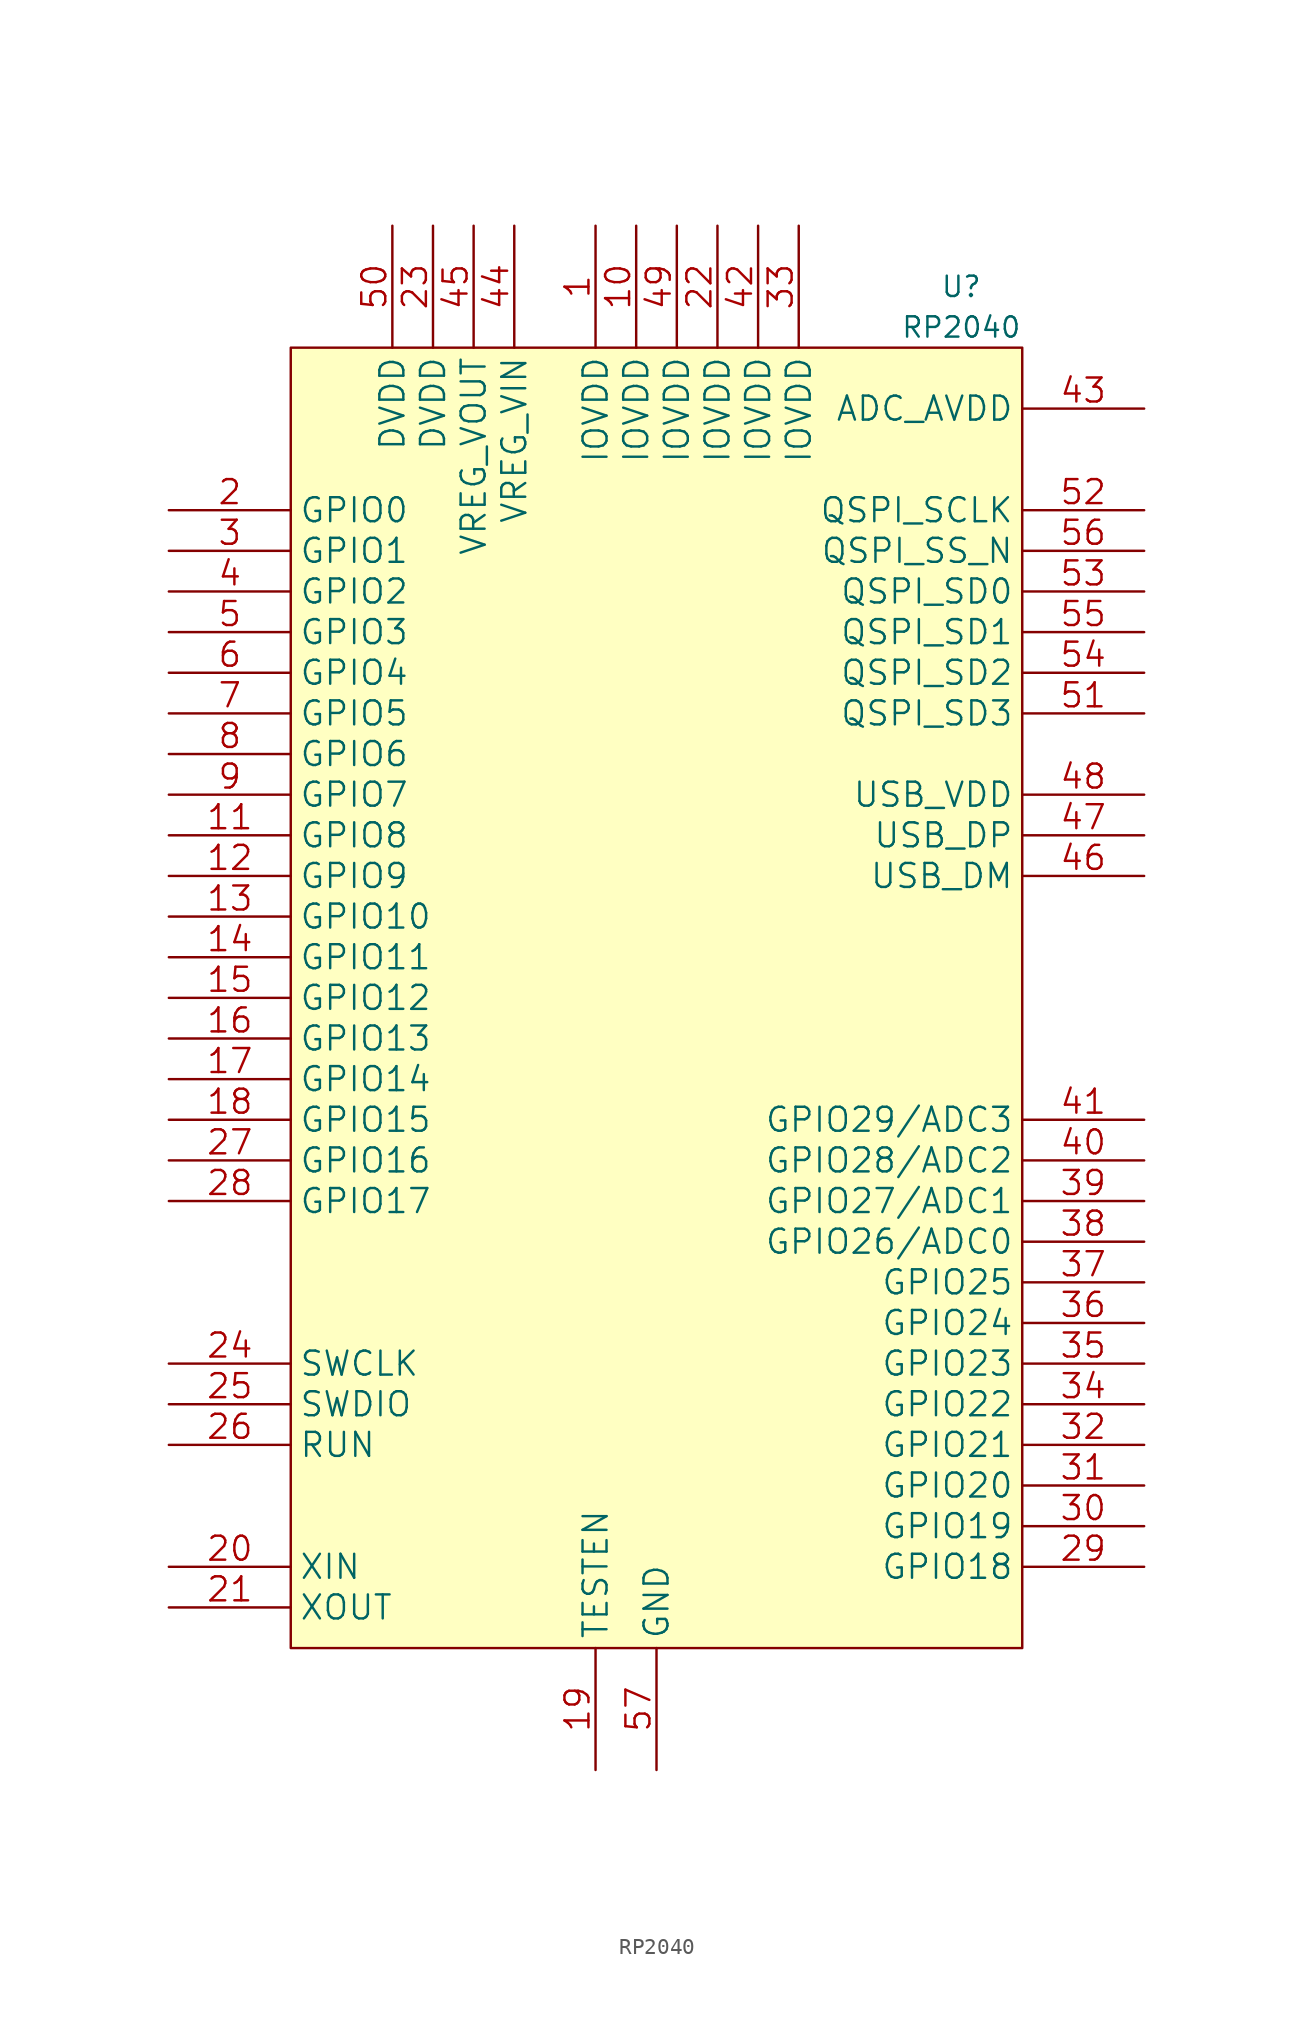
<source format=kicad_sym>
(kicad_symbol_lib
  (version 20211014)
  (generator kicad_symbol_editor)
  (symbol "RP2040"
    (property "Reference" "U"
      (at 19.05 2.54 0)
      (effects (font (size 1.27 1.27))))
    (property "Value" "RP2040"
      (at 19.05 0 0)
      (effects (font (size 1.27 1.27))))
    (symbol "RP2040_1_1"
      (rectangle (start -22.86 -1.27) (end 22.86 -82.55) (stroke (width 0) (type default) (color 0 0 0 0)) (fill (type background)))
      (pin power_in line (at -3.81 6.35 270) (length 7.62) (name "IOVDD" (effects (font (size 1.499 1.499)))) (number "1" (effects (font (size 1.499 1.499)))))
      (pin power_in line (at -1.27 6.35 270) (length 7.62) (name "IOVDD" (effects (font (size 1.499 1.499)))) (number "10" (effects (font (size 1.499 1.499)))))
      (pin bidirectional line (at -30.48 -31.75 0) (length 7.62) (name "GPIO8" (effects (font (size 1.499 1.499)))) (number "11" (effects (font (size 1.499 1.499)))))
      (pin bidirectional line (at -30.48 -34.29 0) (length 7.62) (name "GPIO9" (effects (font (size 1.499 1.499)))) (number "12" (effects (font (size 1.499 1.499)))))
      (pin bidirectional line (at -30.48 -36.83 0) (length 7.62) (name "GPIO10" (effects (font (size 1.499 1.499)))) (number "13" (effects (font (size 1.499 1.499)))))
      (pin bidirectional line (at -30.48 -39.37 0) (length 7.62) (name "GPIO11" (effects (font (size 1.499 1.499)))) (number "14" (effects (font (size 1.499 1.499)))))
      (pin bidirectional line (at -30.48 -41.91 0) (length 7.62) (name "GPIO12" (effects (font (size 1.499 1.499)))) (number "15" (effects (font (size 1.499 1.499)))))
      (pin bidirectional line (at -30.48 -44.45 0) (length 7.62) (name "GPIO13" (effects (font (size 1.499 1.499)))) (number "16" (effects (font (size 1.499 1.499)))))
      (pin bidirectional line (at -30.48 -46.99 0) (length 7.62) (name "GPIO14" (effects (font (size 1.499 1.499)))) (number "17" (effects (font (size 1.499 1.499)))))
      (pin bidirectional line (at -30.48 -49.53 0) (length 7.62) (name "GPIO15" (effects (font (size 1.499 1.499)))) (number "18" (effects (font (size 1.499 1.499)))))
      (pin unspecified line (at -3.81 -90.17 90) (length 7.62) (name "TESTEN" (effects (font (size 1.499 1.499)))) (number "19" (effects (font (size 1.499 1.499)))))
      (pin bidirectional line (at -30.48 -11.43 0) (length 7.62) (name "GPIO0" (effects (font (size 1.499 1.499)))) (number "2" (effects (font (size 1.499 1.499)))))
      (pin unspecified line (at -30.48 -77.47 0) (length 7.62) (name "XIN" (effects (font (size 1.499 1.499)))) (number "20" (effects (font (size 1.499 1.499)))))
      (pin output line (at -30.48 -80.01 0) (length 7.62) (name "XOUT" (effects (font (size 1.499 1.499)))) (number "21" (effects (font (size 1.499 1.499)))))
      (pin power_in line (at 3.81 6.35 270) (length 7.62) (name "IOVDD" (effects (font (size 1.499 1.499)))) (number "22" (effects (font (size 1.499 1.499)))))
      (pin power_in line (at -13.97 6.35 270) (length 7.62) (name "DVDD" (effects (font (size 1.499 1.499)))) (number "23" (effects (font (size 1.499 1.499)))))
      (pin unspecified line (at -30.48 -64.77 0) (length 7.62) (name "SWCLK" (effects (font (size 1.499 1.499)))) (number "24" (effects (font (size 1.499 1.499)))))
      (pin unspecified line (at -30.48 -67.31 0) (length 7.62) (name "SWDIO" (effects (font (size 1.499 1.499)))) (number "25" (effects (font (size 1.499 1.499)))))
      (pin unspecified line (at -30.48 -69.85 0) (length 7.62) (name "RUN" (effects (font (size 1.499 1.499)))) (number "26" (effects (font (size 1.499 1.499)))))
      (pin bidirectional line (at -30.48 -52.07 0) (length 7.62) (name "GPIO16" (effects (font (size 1.499 1.499)))) (number "27" (effects (font (size 1.499 1.499)))))
      (pin bidirectional line (at -30.48 -54.61 0) (length 7.62) (name "GPIO17" (effects (font (size 1.499 1.499)))) (number "28" (effects (font (size 1.499 1.499)))))
      (pin bidirectional line (at 30.48 -77.47 180) (length 7.62) (name "GPIO18" (effects (font (size 1.499 1.499)))) (number "29" (effects (font (size 1.499 1.499)))))
      (pin bidirectional line (at -30.48 -13.97 0) (length 7.62) (name "GPIO1" (effects (font (size 1.499 1.499)))) (number "3" (effects (font (size 1.499 1.499)))))
      (pin bidirectional line (at 30.48 -74.93 180) (length 7.62) (name "GPIO19" (effects (font (size 1.499 1.499)))) (number "30" (effects (font (size 1.499 1.499)))))
      (pin bidirectional line (at 30.48 -72.39 180) (length 7.62) (name "GPIO20" (effects (font (size 1.499 1.499)))) (number "31" (effects (font (size 1.499 1.499)))))
      (pin bidirectional line (at 30.48 -69.85 180) (length 7.62) (name "GPIO21" (effects (font (size 1.499 1.499)))) (number "32" (effects (font (size 1.499 1.499)))))
      (pin power_in line (at 8.89 6.35 270) (length 7.62) (name "IOVDD" (effects (font (size 1.499 1.499)))) (number "33" (effects (font (size 1.499 1.499)))))
      (pin bidirectional line (at 30.48 -67.31 180) (length 7.62) (name "GPIO22" (effects (font (size 1.499 1.499)))) (number "34" (effects (font (size 1.499 1.499)))))
      (pin bidirectional line (at 30.48 -64.77 180) (length 7.62) (name "GPIO23" (effects (font (size 1.499 1.499)))) (number "35" (effects (font (size 1.499 1.499)))))
      (pin bidirectional line (at 30.48 -62.23 180) (length 7.62) (name "GPIO24" (effects (font (size 1.499 1.499)))) (number "36" (effects (font (size 1.499 1.499)))))
      (pin bidirectional line (at 30.48 -59.69 180) (length 7.62) (name "GPIO25" (effects (font (size 1.499 1.499)))) (number "37" (effects (font (size 1.499 1.499)))))
      (pin bidirectional line (at 30.48 -57.15 180) (length 7.62) (name "GPIO26/ADC0" (effects (font (size 1.499 1.499)))) (number "38" (effects (font (size 1.499 1.499)))))
      (pin bidirectional line (at 30.48 -54.61 180) (length 7.62) (name "GPIO27/ADC1" (effects (font (size 1.499 1.499)))) (number "39" (effects (font (size 1.499 1.499)))))
      (pin bidirectional line (at -30.48 -16.51 0) (length 7.62) (name "GPIO2" (effects (font (size 1.499 1.499)))) (number "4" (effects (font (size 1.499 1.499)))))
      (pin bidirectional line (at 30.48 -52.07 180) (length 7.62) (name "GPIO28/ADC2" (effects (font (size 1.499 1.499)))) (number "40" (effects (font (size 1.499 1.499)))))
      (pin bidirectional line (at 30.48 -49.53 180) (length 7.62) (name "GPIO29/ADC3" (effects (font (size 1.499 1.499)))) (number "41" (effects (font (size 1.499 1.499)))))
      (pin power_in line (at 6.35 6.35 270) (length 7.62) (name "IOVDD" (effects (font (size 1.499 1.499)))) (number "42" (effects (font (size 1.499 1.499)))))
      (pin power_in line (at 30.48 -5.08 180) (length 7.62) (name "ADC_AVDD" (effects (font (size 1.499 1.499)))) (number "43" (effects (font (size 1.499 1.499)))))
      (pin unspecified line (at -8.89 6.35 270) (length 7.62) (name "VREG_VIN" (effects (font (size 1.499 1.499)))) (number "44" (effects (font (size 1.499 1.499)))))
      (pin output line (at -11.43 6.35 270) (length 7.62) (name "VREG_VOUT" (effects (font (size 1.499 1.499)))) (number "45" (effects (font (size 1.499 1.499)))))
      (pin unspecified line (at 30.48 -34.29 180) (length 7.62) (name "USB_DM" (effects (font (size 1.499 1.499)))) (number "46" (effects (font (size 1.499 1.499)))))
      (pin unspecified line (at 30.48 -31.75 180) (length 7.62) (name "USB_DP" (effects (font (size 1.499 1.499)))) (number "47" (effects (font (size 1.499 1.499)))))
      (pin power_in line (at 30.48 -29.21 180) (length 7.62) (name "USB_VDD" (effects (font (size 1.499 1.499)))) (number "48" (effects (font (size 1.499 1.499)))))
      (pin power_in line (at 1.27 6.35 270) (length 7.62) (name "IOVDD" (effects (font (size 1.499 1.499)))) (number "49" (effects (font (size 1.499 1.499)))))
      (pin bidirectional line (at -30.48 -19.05 0) (length 7.62) (name "GPIO3" (effects (font (size 1.499 1.499)))) (number "5" (effects (font (size 1.499 1.499)))))
      (pin power_in line (at -16.51 6.35 270) (length 7.62) (name "DVDD" (effects (font (size 1.499 1.499)))) (number "50" (effects (font (size 1.499 1.499)))))
      (pin bidirectional line (at 30.48 -24.13 180) (length 7.62) (name "QSPI_SD3" (effects (font (size 1.499 1.499)))) (number "51" (effects (font (size 1.499 1.499)))))
      (pin unspecified line (at 30.48 -11.43 180) (length 7.62) (name "QSPI_SCLK" (effects (font (size 1.499 1.499)))) (number "52" (effects (font (size 1.499 1.499)))))
      (pin bidirectional line (at 30.48 -16.51 180) (length 7.62) (name "QSPI_SD0" (effects (font (size 1.499 1.499)))) (number "53" (effects (font (size 1.499 1.499)))))
      (pin bidirectional line (at 30.48 -21.59 180) (length 7.62) (name "QSPI_SD2" (effects (font (size 1.499 1.499)))) (number "54" (effects (font (size 1.499 1.499)))))
      (pin bidirectional line (at 30.48 -19.05 180) (length 7.62) (name "QSPI_SD1" (effects (font (size 1.499 1.499)))) (number "55" (effects (font (size 1.499 1.499)))))
      (pin unspecified line (at 30.48 -13.97 180) (length 7.62) (name "QSPI_SS_N" (effects (font (size 1.499 1.499)))) (number "56" (effects (font (size 1.499 1.499)))))
      (pin power_in line (at 0 -90.17 90) (length 7.62) (name "GND" (effects (font (size 1.499 1.499)))) (number "57" (effects (font (size 1.499 1.499)))))
      (pin bidirectional line (at -30.48 -21.59 0) (length 7.62) (name "GPIO4" (effects (font (size 1.499 1.499)))) (number "6" (effects (font (size 1.499 1.499)))))
      (pin bidirectional line (at -30.48 -24.13 0) (length 7.62) (name "GPIO5" (effects (font (size 1.499 1.499)))) (number "7" (effects (font (size 1.499 1.499)))))
      (pin bidirectional line (at -30.48 -26.67 0) (length 7.62) (name "GPIO6" (effects (font (size 1.499 1.499)))) (number "8" (effects (font (size 1.499 1.499)))))
      (pin bidirectional line (at -30.48 -29.21 0) (length 7.62) (name "GPIO7" (effects (font (size 1.499 1.499)))) (number "9" (effects (font (size 1.499 1.499))))))))
</source>
